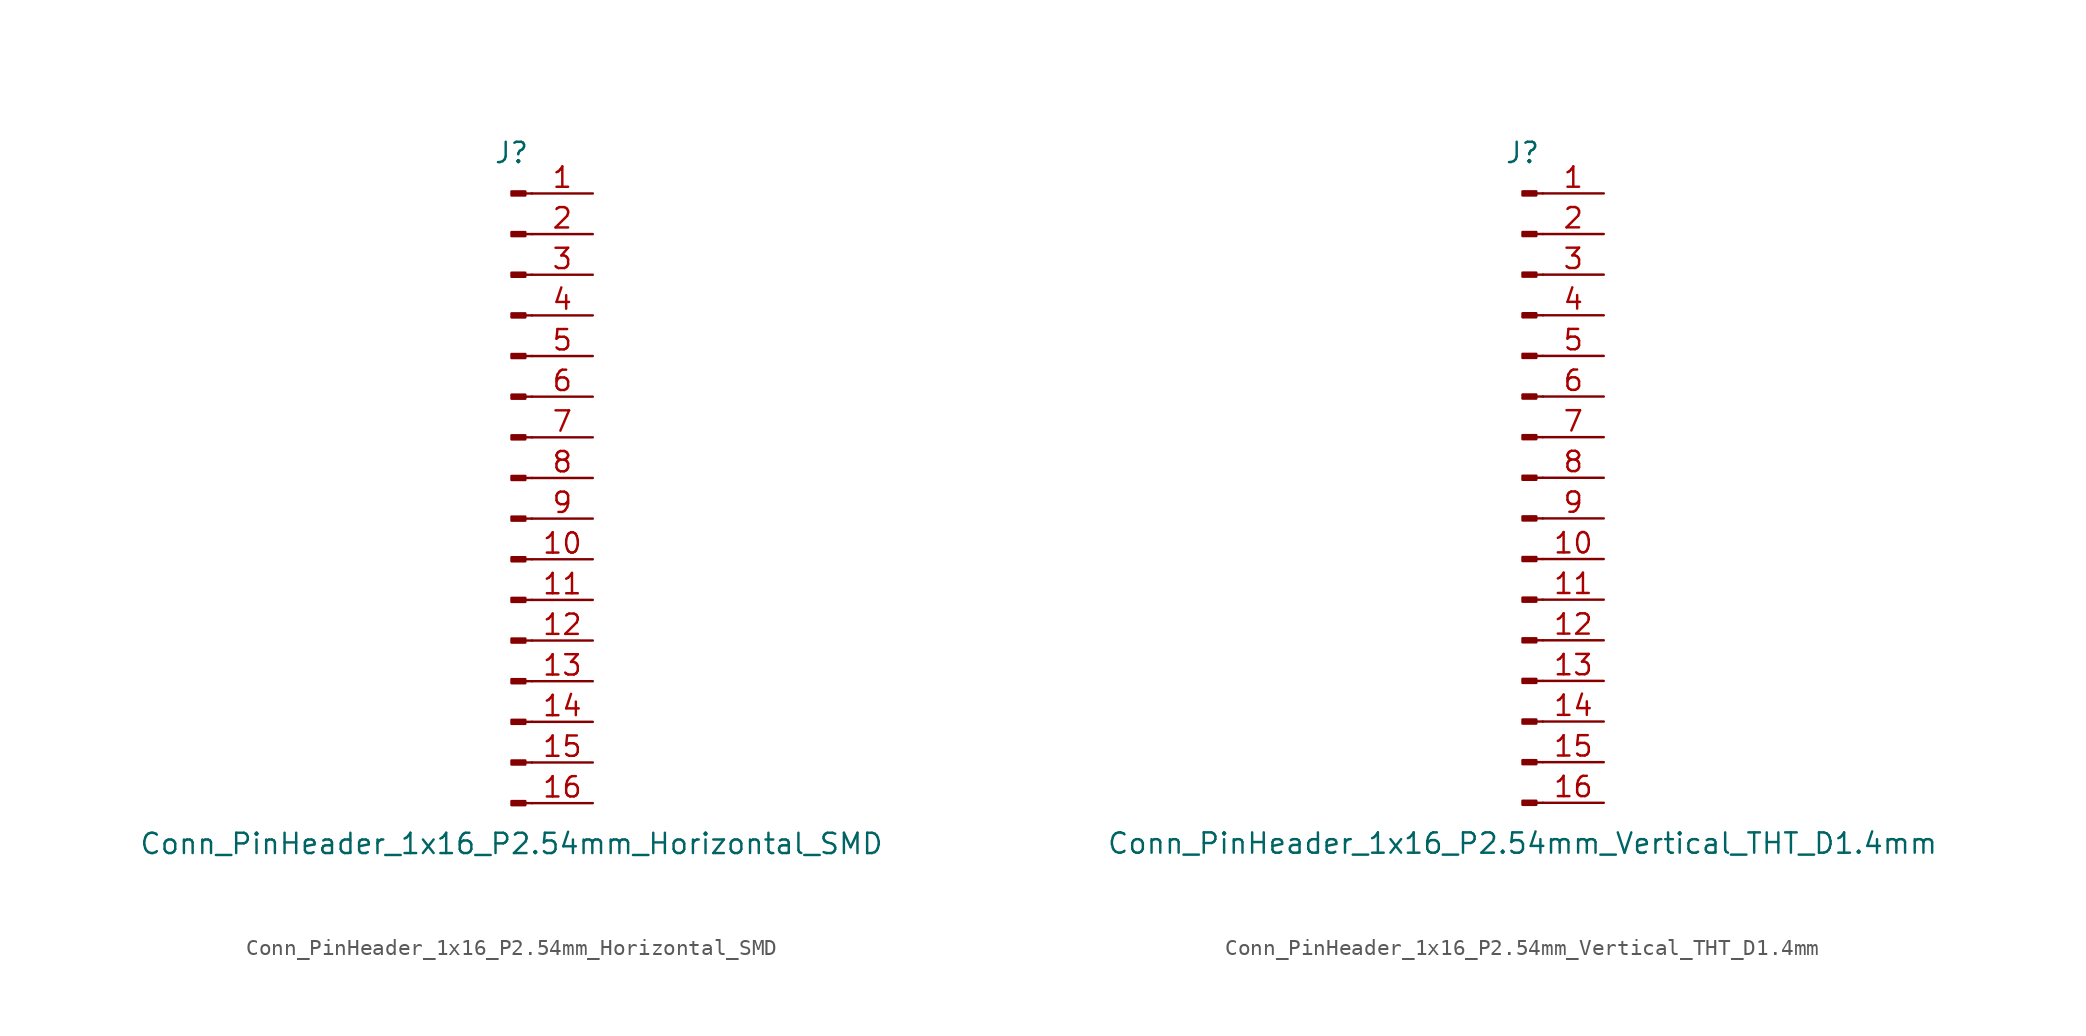
<source format=kicad_sym>
(kicad_symbol_lib
  (version 20211014)
  (generator kicad_symbol_editor)
  (symbol "Conn_PinHeader_1x16_P2.54mm_Horizontal_SMD"
    (pin_names
      (offset 1.016) hide)
    (property "Reference" "J"
      (at 0 20.32 0)
      (effects (font (size 1.27 1.27))))
    (property "Value" "Conn_PinHeader_1x16_P2.54mm_Horizontal_SMD"
      (at 0 -22.86 0)
      (effects (font (size 1.27 1.27))))
    (symbol "Conn_PinHeader_1x16_P2.54mm_Horizontal_SMD_1_1"
      (polyline (pts (xy 1.27 -20.32) (xy 0.864 -20.32)) (stroke (width 0.152) (type default) (color 0 0 0 0)) (fill (type none)))
      (polyline (pts (xy 1.27 -17.78) (xy 0.864 -17.78)) (stroke (width 0.152) (type default) (color 0 0 0 0)) (fill (type none)))
      (polyline (pts (xy 1.27 -15.24) (xy 0.864 -15.24)) (stroke (width 0.152) (type default) (color 0 0 0 0)) (fill (type none)))
      (polyline (pts (xy 1.27 -12.7) (xy 0.864 -12.7)) (stroke (width 0.152) (type default) (color 0 0 0 0)) (fill (type none)))
      (polyline (pts (xy 1.27 -10.16) (xy 0.864 -10.16)) (stroke (width 0.152) (type default) (color 0 0 0 0)) (fill (type none)))
      (polyline (pts (xy 1.27 -7.62) (xy 0.864 -7.62)) (stroke (width 0.152) (type default) (color 0 0 0 0)) (fill (type none)))
      (polyline (pts (xy 1.27 -5.08) (xy 0.864 -5.08)) (stroke (width 0.152) (type default) (color 0 0 0 0)) (fill (type none)))
      (polyline (pts (xy 1.27 -2.54) (xy 0.864 -2.54)) (stroke (width 0.152) (type default) (color 0 0 0 0)) (fill (type none)))
      (polyline (pts (xy 1.27 0) (xy 0.864 0)) (stroke (width 0.152) (type default) (color 0 0 0 0)) (fill (type none)))
      (polyline (pts (xy 1.27 2.54) (xy 0.864 2.54)) (stroke (width 0.152) (type default) (color 0 0 0 0)) (fill (type none)))
      (polyline (pts (xy 1.27 5.08) (xy 0.864 5.08)) (stroke (width 0.152) (type default) (color 0 0 0 0)) (fill (type none)))
      (polyline (pts (xy 1.27 7.62) (xy 0.864 7.62)) (stroke (width 0.152) (type default) (color 0 0 0 0)) (fill (type none)))
      (polyline (pts (xy 1.27 10.16) (xy 0.864 10.16)) (stroke (width 0.152) (type default) (color 0 0 0 0)) (fill (type none)))
      (polyline (pts (xy 1.27 12.7) (xy 0.864 12.7)) (stroke (width 0.152) (type default) (color 0 0 0 0)) (fill (type none)))
      (polyline (pts (xy 1.27 15.24) (xy 0.864 15.24)) (stroke (width 0.152) (type default) (color 0 0 0 0)) (fill (type none)))
      (polyline (pts (xy 1.27 17.78) (xy 0.864 17.78)) (stroke (width 0.152) (type default) (color 0 0 0 0)) (fill (type none)))
      (rectangle (start 0.864 -20.193) (end 0 -20.447) (stroke (width 0.152) (type default) (color 0 0 0 0)) (fill (type outline)))
      (rectangle (start 0.864 -17.653) (end 0 -17.907) (stroke (width 0.152) (type default) (color 0 0 0 0)) (fill (type outline)))
      (rectangle (start 0.864 -15.113) (end 0 -15.367) (stroke (width 0.152) (type default) (color 0 0 0 0)) (fill (type outline)))
      (rectangle (start 0.864 -12.573) (end 0 -12.827) (stroke (width 0.152) (type default) (color 0 0 0 0)) (fill (type outline)))
      (rectangle (start 0.864 -10.033) (end 0 -10.287) (stroke (width 0.152) (type default) (color 0 0 0 0)) (fill (type outline)))
      (rectangle (start 0.864 -7.493) (end 0 -7.747) (stroke (width 0.152) (type default) (color 0 0 0 0)) (fill (type outline)))
      (rectangle (start 0.864 -4.953) (end 0 -5.207) (stroke (width 0.152) (type default) (color 0 0 0 0)) (fill (type outline)))
      (rectangle (start 0.864 -2.413) (end 0 -2.667) (stroke (width 0.152) (type default) (color 0 0 0 0)) (fill (type outline)))
      (rectangle (start 0.864 0.127) (end 0 -0.127) (stroke (width 0.152) (type default) (color 0 0 0 0)) (fill (type outline)))
      (rectangle (start 0.864 2.667) (end 0 2.413) (stroke (width 0.152) (type default) (color 0 0 0 0)) (fill (type outline)))
      (rectangle (start 0.864 5.207) (end 0 4.953) (stroke (width 0.152) (type default) (color 0 0 0 0)) (fill (type outline)))
      (rectangle (start 0.864 7.747) (end 0 7.493) (stroke (width 0.152) (type default) (color 0 0 0 0)) (fill (type outline)))
      (rectangle (start 0.864 10.287) (end 0 10.033) (stroke (width 0.152) (type default) (color 0 0 0 0)) (fill (type outline)))
      (rectangle (start 0.864 12.827) (end 0 12.573) (stroke (width 0.152) (type default) (color 0 0 0 0)) (fill (type outline)))
      (rectangle (start 0.864 15.367) (end 0 15.113) (stroke (width 0.152) (type default) (color 0 0 0 0)) (fill (type outline)))
      (rectangle (start 0.864 17.907) (end 0 17.653) (stroke (width 0.152) (type default) (color 0 0 0 0)) (fill (type outline)))
      (pin passive line (at 5.08 17.78 180) (length 3.81) (name "Pin_1" (effects (font (size 1.27 1.27)))) (number "1" (effects (font (size 1.27 1.27)))))
      (pin passive line (at 5.08 -5.08 180) (length 3.81) (name "Pin_10" (effects (font (size 1.27 1.27)))) (number "10" (effects (font (size 1.27 1.27)))))
      (pin passive line (at 5.08 -7.62 180) (length 3.81) (name "Pin_11" (effects (font (size 1.27 1.27)))) (number "11" (effects (font (size 1.27 1.27)))))
      (pin passive line (at 5.08 -10.16 180) (length 3.81) (name "Pin_12" (effects (font (size 1.27 1.27)))) (number "12" (effects (font (size 1.27 1.27)))))
      (pin passive line (at 5.08 -12.7 180) (length 3.81) (name "Pin_13" (effects (font (size 1.27 1.27)))) (number "13" (effects (font (size 1.27 1.27)))))
      (pin passive line (at 5.08 -15.24 180) (length 3.81) (name "Pin_14" (effects (font (size 1.27 1.27)))) (number "14" (effects (font (size 1.27 1.27)))))
      (pin passive line (at 5.08 -17.78 180) (length 3.81) (name "Pin_15" (effects (font (size 1.27 1.27)))) (number "15" (effects (font (size 1.27 1.27)))))
      (pin passive line (at 5.08 -20.32 180) (length 3.81) (name "Pin_16" (effects (font (size 1.27 1.27)))) (number "16" (effects (font (size 1.27 1.27)))))
      (pin passive line (at 5.08 15.24 180) (length 3.81) (name "Pin_2" (effects (font (size 1.27 1.27)))) (number "2" (effects (font (size 1.27 1.27)))))
      (pin passive line (at 5.08 12.7 180) (length 3.81) (name "Pin_3" (effects (font (size 1.27 1.27)))) (number "3" (effects (font (size 1.27 1.27)))))
      (pin passive line (at 5.08 10.16 180) (length 3.81) (name "Pin_4" (effects (font (size 1.27 1.27)))) (number "4" (effects (font (size 1.27 1.27)))))
      (pin passive line (at 5.08 7.62 180) (length 3.81) (name "Pin_5" (effects (font (size 1.27 1.27)))) (number "5" (effects (font (size 1.27 1.27)))))
      (pin passive line (at 5.08 5.08 180) (length 3.81) (name "Pin_6" (effects (font (size 1.27 1.27)))) (number "6" (effects (font (size 1.27 1.27)))))
      (pin passive line (at 5.08 2.54 180) (length 3.81) (name "Pin_7" (effects (font (size 1.27 1.27)))) (number "7" (effects (font (size 1.27 1.27)))))
      (pin passive line (at 5.08 0 180) (length 3.81) (name "Pin_8" (effects (font (size 1.27 1.27)))) (number "8" (effects (font (size 1.27 1.27)))))
      (pin passive line (at 5.08 -2.54 180) (length 3.81) (name "Pin_9" (effects (font (size 1.27 1.27)))) (number "9" (effects (font (size 1.27 1.27)))))))
  (symbol "Conn_PinHeader_1x16_P2.54mm_Vertical_THT_D1.4mm"
    (pin_names
      (offset 1.016) hide)
    (property "Reference" "J"
      (at 0 20.32 0)
      (effects (font (size 1.27 1.27))))
    (property "Value" "Conn_PinHeader_1x16_P2.54mm_Vertical_THT_D1.4mm"
      (at 0 -22.86 0)
      (effects (font (size 1.27 1.27))))
    (symbol "Conn_PinHeader_1x16_P2.54mm_Vertical_THT_D1.4mm_1_1"
      (polyline (pts (xy 1.27 -20.32) (xy 0.864 -20.32)) (stroke (width 0.152) (type default) (color 0 0 0 0)) (fill (type none)))
      (polyline (pts (xy 1.27 -17.78) (xy 0.864 -17.78)) (stroke (width 0.152) (type default) (color 0 0 0 0)) (fill (type none)))
      (polyline (pts (xy 1.27 -15.24) (xy 0.864 -15.24)) (stroke (width 0.152) (type default) (color 0 0 0 0)) (fill (type none)))
      (polyline (pts (xy 1.27 -12.7) (xy 0.864 -12.7)) (stroke (width 0.152) (type default) (color 0 0 0 0)) (fill (type none)))
      (polyline (pts (xy 1.27 -10.16) (xy 0.864 -10.16)) (stroke (width 0.152) (type default) (color 0 0 0 0)) (fill (type none)))
      (polyline (pts (xy 1.27 -7.62) (xy 0.864 -7.62)) (stroke (width 0.152) (type default) (color 0 0 0 0)) (fill (type none)))
      (polyline (pts (xy 1.27 -5.08) (xy 0.864 -5.08)) (stroke (width 0.152) (type default) (color 0 0 0 0)) (fill (type none)))
      (polyline (pts (xy 1.27 -2.54) (xy 0.864 -2.54)) (stroke (width 0.152) (type default) (color 0 0 0 0)) (fill (type none)))
      (polyline (pts (xy 1.27 0) (xy 0.864 0)) (stroke (width 0.152) (type default) (color 0 0 0 0)) (fill (type none)))
      (polyline (pts (xy 1.27 2.54) (xy 0.864 2.54)) (stroke (width 0.152) (type default) (color 0 0 0 0)) (fill (type none)))
      (polyline (pts (xy 1.27 5.08) (xy 0.864 5.08)) (stroke (width 0.152) (type default) (color 0 0 0 0)) (fill (type none)))
      (polyline (pts (xy 1.27 7.62) (xy 0.864 7.62)) (stroke (width 0.152) (type default) (color 0 0 0 0)) (fill (type none)))
      (polyline (pts (xy 1.27 10.16) (xy 0.864 10.16)) (stroke (width 0.152) (type default) (color 0 0 0 0)) (fill (type none)))
      (polyline (pts (xy 1.27 12.7) (xy 0.864 12.7)) (stroke (width 0.152) (type default) (color 0 0 0 0)) (fill (type none)))
      (polyline (pts (xy 1.27 15.24) (xy 0.864 15.24)) (stroke (width 0.152) (type default) (color 0 0 0 0)) (fill (type none)))
      (polyline (pts (xy 1.27 17.78) (xy 0.864 17.78)) (stroke (width 0.152) (type default) (color 0 0 0 0)) (fill (type none)))
      (rectangle (start 0.864 -20.193) (end 0 -20.447) (stroke (width 0.152) (type default) (color 0 0 0 0)) (fill (type outline)))
      (rectangle (start 0.864 -17.653) (end 0 -17.907) (stroke (width 0.152) (type default) (color 0 0 0 0)) (fill (type outline)))
      (rectangle (start 0.864 -15.113) (end 0 -15.367) (stroke (width 0.152) (type default) (color 0 0 0 0)) (fill (type outline)))
      (rectangle (start 0.864 -12.573) (end 0 -12.827) (stroke (width 0.152) (type default) (color 0 0 0 0)) (fill (type outline)))
      (rectangle (start 0.864 -10.033) (end 0 -10.287) (stroke (width 0.152) (type default) (color 0 0 0 0)) (fill (type outline)))
      (rectangle (start 0.864 -7.493) (end 0 -7.747) (stroke (width 0.152) (type default) (color 0 0 0 0)) (fill (type outline)))
      (rectangle (start 0.864 -4.953) (end 0 -5.207) (stroke (width 0.152) (type default) (color 0 0 0 0)) (fill (type outline)))
      (rectangle (start 0.864 -2.413) (end 0 -2.667) (stroke (width 0.152) (type default) (color 0 0 0 0)) (fill (type outline)))
      (rectangle (start 0.864 0.127) (end 0 -0.127) (stroke (width 0.152) (type default) (color 0 0 0 0)) (fill (type outline)))
      (rectangle (start 0.864 2.667) (end 0 2.413) (stroke (width 0.152) (type default) (color 0 0 0 0)) (fill (type outline)))
      (rectangle (start 0.864 5.207) (end 0 4.953) (stroke (width 0.152) (type default) (color 0 0 0 0)) (fill (type outline)))
      (rectangle (start 0.864 7.747) (end 0 7.493) (stroke (width 0.152) (type default) (color 0 0 0 0)) (fill (type outline)))
      (rectangle (start 0.864 10.287) (end 0 10.033) (stroke (width 0.152) (type default) (color 0 0 0 0)) (fill (type outline)))
      (rectangle (start 0.864 12.827) (end 0 12.573) (stroke (width 0.152) (type default) (color 0 0 0 0)) (fill (type outline)))
      (rectangle (start 0.864 15.367) (end 0 15.113) (stroke (width 0.152) (type default) (color 0 0 0 0)) (fill (type outline)))
      (rectangle (start 0.864 17.907) (end 0 17.653) (stroke (width 0.152) (type default) (color 0 0 0 0)) (fill (type outline)))
      (pin passive line (at 5.08 17.78 180) (length 3.81) (name "Pin_1" (effects (font (size 1.27 1.27)))) (number "1" (effects (font (size 1.27 1.27)))))
      (pin passive line (at 5.08 -5.08 180) (length 3.81) (name "Pin_10" (effects (font (size 1.27 1.27)))) (number "10" (effects (font (size 1.27 1.27)))))
      (pin passive line (at 5.08 -7.62 180) (length 3.81) (name "Pin_11" (effects (font (size 1.27 1.27)))) (number "11" (effects (font (size 1.27 1.27)))))
      (pin passive line (at 5.08 -10.16 180) (length 3.81) (name "Pin_12" (effects (font (size 1.27 1.27)))) (number "12" (effects (font (size 1.27 1.27)))))
      (pin passive line (at 5.08 -12.7 180) (length 3.81) (name "Pin_13" (effects (font (size 1.27 1.27)))) (number "13" (effects (font (size 1.27 1.27)))))
      (pin passive line (at 5.08 -15.24 180) (length 3.81) (name "Pin_14" (effects (font (size 1.27 1.27)))) (number "14" (effects (font (size 1.27 1.27)))))
      (pin passive line (at 5.08 -17.78 180) (length 3.81) (name "Pin_15" (effects (font (size 1.27 1.27)))) (number "15" (effects (font (size 1.27 1.27)))))
      (pin passive line (at 5.08 -20.32 180) (length 3.81) (name "Pin_16" (effects (font (size 1.27 1.27)))) (number "16" (effects (font (size 1.27 1.27)))))
      (pin passive line (at 5.08 15.24 180) (length 3.81) (name "Pin_2" (effects (font (size 1.27 1.27)))) (number "2" (effects (font (size 1.27 1.27)))))
      (pin passive line (at 5.08 12.7 180) (length 3.81) (name "Pin_3" (effects (font (size 1.27 1.27)))) (number "3" (effects (font (size 1.27 1.27)))))
      (pin passive line (at 5.08 10.16 180) (length 3.81) (name "Pin_4" (effects (font (size 1.27 1.27)))) (number "4" (effects (font (size 1.27 1.27)))))
      (pin passive line (at 5.08 7.62 180) (length 3.81) (name "Pin_5" (effects (font (size 1.27 1.27)))) (number "5" (effects (font (size 1.27 1.27)))))
      (pin passive line (at 5.08 5.08 180) (length 3.81) (name "Pin_6" (effects (font (size 1.27 1.27)))) (number "6" (effects (font (size 1.27 1.27)))))
      (pin passive line (at 5.08 2.54 180) (length 3.81) (name "Pin_7" (effects (font (size 1.27 1.27)))) (number "7" (effects (font (size 1.27 1.27)))))
      (pin passive line (at 5.08 0 180) (length 3.81) (name "Pin_8" (effects (font (size 1.27 1.27)))) (number "8" (effects (font (size 1.27 1.27)))))
      (pin passive line (at 5.08 -2.54 180) (length 3.81) (name "Pin_9" (effects (font (size 1.27 1.27)))) (number "9" (effects (font (size 1.27 1.27))))))))
</source>
